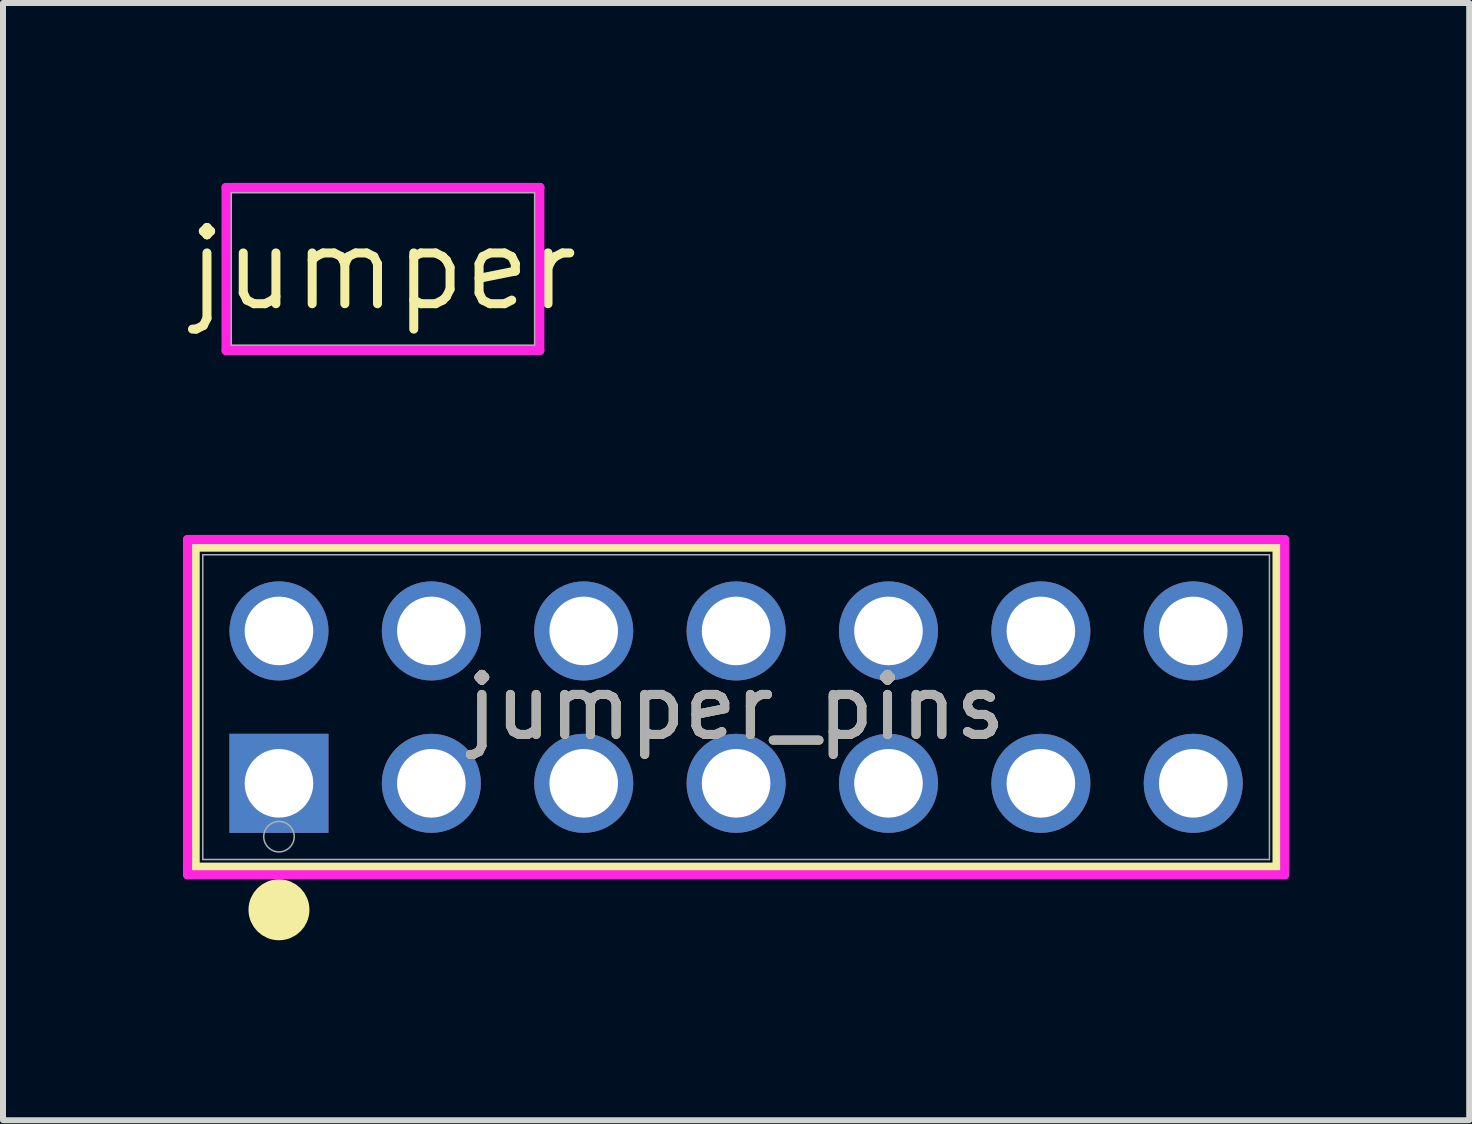
<source format=kicad_pcb>
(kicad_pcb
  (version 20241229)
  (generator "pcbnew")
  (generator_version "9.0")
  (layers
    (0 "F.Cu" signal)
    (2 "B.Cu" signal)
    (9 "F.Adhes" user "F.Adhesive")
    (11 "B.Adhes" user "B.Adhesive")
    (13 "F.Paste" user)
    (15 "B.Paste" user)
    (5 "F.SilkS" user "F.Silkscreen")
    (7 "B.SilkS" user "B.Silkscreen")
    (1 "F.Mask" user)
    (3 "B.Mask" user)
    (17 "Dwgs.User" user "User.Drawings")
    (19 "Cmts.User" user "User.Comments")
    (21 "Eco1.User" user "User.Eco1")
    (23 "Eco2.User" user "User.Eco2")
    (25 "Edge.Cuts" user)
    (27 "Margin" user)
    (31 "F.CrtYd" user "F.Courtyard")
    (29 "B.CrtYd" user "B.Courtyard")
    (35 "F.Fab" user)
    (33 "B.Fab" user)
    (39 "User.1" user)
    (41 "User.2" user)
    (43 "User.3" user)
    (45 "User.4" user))
  (footprint "jumper"
    (layer "F.Cu")
    (at 3.333 1.433)
    (property "Reference" "jumper" (at 0 0 0) (layer "F.SilkS") (effects (font (size 1.27 1.27) (thickness 0.15))))
    (attr through_hole)
    (fp_line (start -2.616 -1.359) (end -2.616 1.359) (stroke (width 0.15) (type solid)) (layer "F.CrtYd"))
    (fp_line (start -2.616 1.359) (end 2.616 1.359) (stroke (width 0.15) (type solid)) (layer "F.CrtYd"))
    (fp_line (start 2.616 -1.359) (end -2.616 -1.359) (stroke (width 0.15) (type solid)) (layer "F.CrtYd"))
    (fp_line (start 2.616 -1.359) (end 2.616 -1.359) (stroke (width 0.15) (type solid)) (layer "F.CrtYd"))
    (fp_line (start 2.616 1.359) (end 2.616 -1.359) (stroke (width 0.15) (type solid)) (layer "F.CrtYd"))
    (fp_line (start -2.591 -1.333) (end 2.591 -1.333) (stroke (width 0.15) (type solid)) (layer "F.Fab"))
    (fp_line (start -2.591 1.333) (end -2.591 -1.333) (stroke (width 0.15) (type solid)) (layer "F.Fab"))
    (fp_line (start 2.591 -1.333) (end 2.591 1.333) (stroke (width 0.15) (type solid)) (layer "F.Fab"))
    (fp_line (start 2.591 1.333) (end -2.591 1.333) (stroke (width 0.15) (type solid)) (layer "F.Fab")))
  (footprint "jumper_pins"
    (layer "F.Cu")
    (at 1.6 10.007)
    (property "Reference" "jumper_pins" (at 7.62 -1.27 0) (unlocked yes) (layer "F.SilkS") (effects (font (size 1 1) (thickness 0.15))))
    (attr through_hole)
    (fp_line (start -1.397 -3.937) (end -1.397 1.397) (stroke (width 0.152) (type solid)) (layer "F.SilkS"))
    (fp_line (start -1.397 1.397) (end 16.637 1.397) (stroke (width 0.152) (type solid)) (layer "F.SilkS"))
    (fp_line (start 16.637 -3.937) (end -1.397 -3.937) (stroke (width 0.152) (type solid)) (layer "F.SilkS"))
    (fp_line (start 16.637 1.397) (end 16.637 -3.937) (stroke (width 0.152) (type solid)) (layer "F.SilkS"))
    (fp_circle (center 0 2.108) (end 0.254 2.108) (stroke (width 0.508) (type solid)) (fill no) (layer "F.SilkS"))
    (fp_line (start -1.524 -4.064) (end -1.524 1.524) (stroke (width 0.152) (type solid)) (layer "F.CrtYd"))
    (fp_line (start -1.524 1.524) (end 16.764 1.524) (stroke (width 0.152) (type solid)) (layer "F.CrtYd"))
    (fp_line (start 16.764 -4.064) (end -1.524 -4.064) (stroke (width 0.152) (type solid)) (layer "F.CrtYd"))
    (fp_line (start 16.764 1.524) (end 16.764 -4.064) (stroke (width 0.152) (type solid)) (layer "F.CrtYd"))
    (fp_line (start -1.27 -3.81) (end -1.27 1.27) (stroke (width 0.025) (type solid)) (layer "F.Fab"))
    (fp_line (start -1.27 1.27) (end 16.51 1.27) (stroke (width 0.025) (type solid)) (layer "F.Fab"))
    (fp_line (start 16.51 -3.81) (end -1.27 -3.81) (stroke (width 0.025) (type solid)) (layer "F.Fab"))
    (fp_line (start 16.51 1.27) (end 16.51 -3.81) (stroke (width 0.025) (type solid)) (layer "F.Fab"))
    (fp_circle (center 0 0.889) (end 0.254 0.889) (stroke (width 0.025) (type solid)) (fill no) (layer "F.Fab"))
    (fp_text user "${REFERENCE}" (at 7.62 -1.27 0) (unlocked yes) (layer "F.Fab") (effects (font (size 1 1) (thickness 0.15))))
    (pad "1" thru_hole rect (at 0 0) (size 1.651 1.651) (drill 1.143) (layers "*.Cu" "*.Mask"))
    (pad "2" thru_hole circle (at 0 -2.54) (size 1.651 1.651) (drill 1.143) (layers "*.Cu" "*.Mask"))
    (pad "3" thru_hole circle (at 2.54 0) (size 1.651 1.651) (drill 1.143) (layers "*.Cu" "*.Mask"))
    (pad "4" thru_hole circle (at 2.54 -2.54) (size 1.651 1.651) (drill 1.143) (layers "*.Cu" "*.Mask"))
    (pad "5" thru_hole circle (at 5.08 0) (size 1.651 1.651) (drill 1.143) (layers "*.Cu" "*.Mask"))
    (pad "6" thru_hole circle (at 5.08 -2.54) (size 1.651 1.651) (drill 1.143) (layers "*.Cu" "*.Mask"))
    (pad "7" thru_hole circle (at 7.62 0) (size 1.651 1.651) (drill 1.143) (layers "*.Cu" "*.Mask"))
    (pad "8" thru_hole circle (at 7.62 -2.54) (size 1.651 1.651) (drill 1.143) (layers "*.Cu" "*.Mask"))
    (pad "9" thru_hole circle (at 10.16 0) (size 1.651 1.651) (drill 1.143) (layers "*.Cu" "*.Mask"))
    (pad "10" thru_hole circle (at 10.16 -2.54) (size 1.651 1.651) (drill 1.143) (layers "*.Cu" "*.Mask"))
    (pad "11" thru_hole circle (at 12.7 0) (size 1.651 1.651) (drill 1.143) (layers "*.Cu" "*.Mask"))
    (pad "12" thru_hole circle (at 12.7 -2.54) (size 1.651 1.651) (drill 1.143) (layers "*.Cu" "*.Mask"))
    (pad "13" thru_hole circle (at 15.24 0) (size 1.651 1.651) (drill 1.143) (layers "*.Cu" "*.Mask"))
    (pad "14" thru_hole circle (at 15.24 -2.54) (size 1.651 1.651) (drill 1.143) (layers "*.Cu" "*.Mask")))
  (gr_rect
    (start -3 -3)
    (end 21.44 15.623)
    (stroke (width 0.1) (type default))
    (fill no)
    (layer "Edge.Cuts")))
</source>
